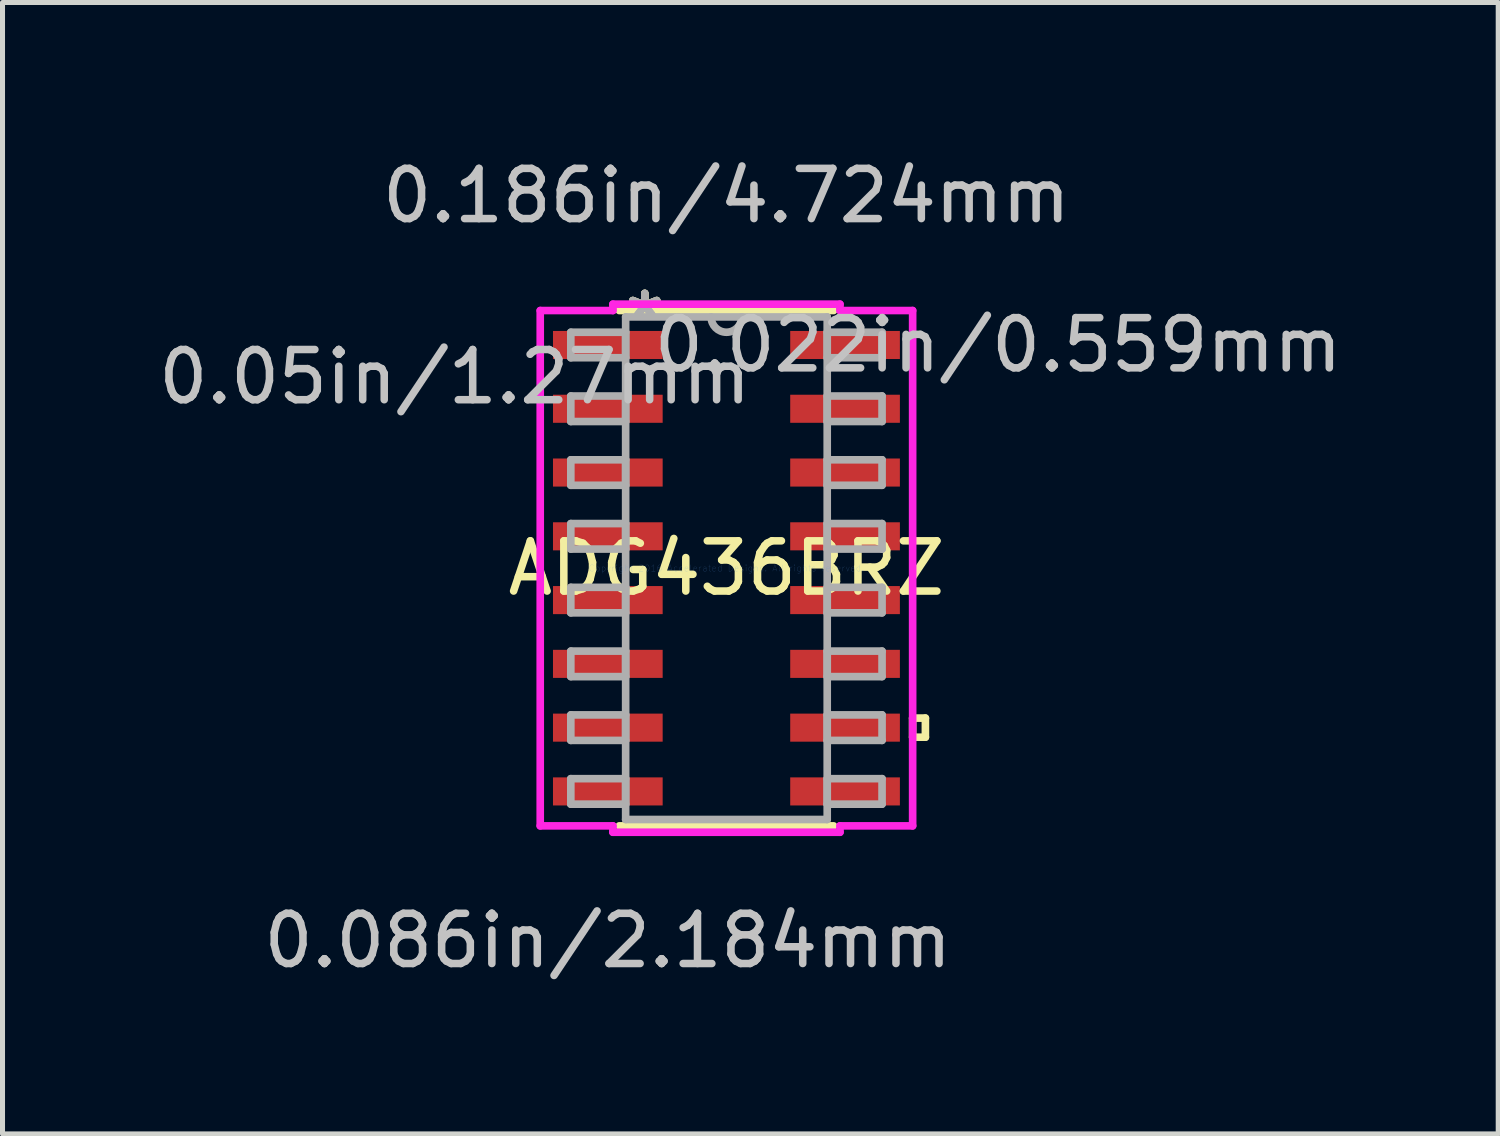
<source format=kicad_pcb>
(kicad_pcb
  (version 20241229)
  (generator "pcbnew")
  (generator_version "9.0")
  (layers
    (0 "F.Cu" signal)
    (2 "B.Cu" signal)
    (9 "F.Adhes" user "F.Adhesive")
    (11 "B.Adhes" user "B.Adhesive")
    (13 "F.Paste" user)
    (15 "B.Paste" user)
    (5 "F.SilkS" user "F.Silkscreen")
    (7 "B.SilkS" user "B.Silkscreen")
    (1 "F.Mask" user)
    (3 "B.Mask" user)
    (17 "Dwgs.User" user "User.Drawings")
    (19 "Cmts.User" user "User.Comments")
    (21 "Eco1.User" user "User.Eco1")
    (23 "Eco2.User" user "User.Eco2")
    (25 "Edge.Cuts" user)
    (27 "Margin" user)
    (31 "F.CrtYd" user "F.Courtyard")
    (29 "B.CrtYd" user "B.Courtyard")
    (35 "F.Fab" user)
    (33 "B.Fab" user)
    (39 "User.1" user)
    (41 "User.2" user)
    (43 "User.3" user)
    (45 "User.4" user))
  (footprint "ADG436BRZ"
    (layer "F.Cu")
    (at 11.416 8.265)
    (property "Reference" "ADG436BRZ" (at 0 0 0) (layer "F.SilkS") (effects (font (size 1 1) (thickness 0.15))))
    (attr through_hole)
    (fp_line (start -2.134 5.131) (end 2.134 5.131) (stroke (width 0.152) (type solid)) (layer "F.SilkS"))
    (fp_line (start 2.134 -5.131) (end -2.134 -5.131) (stroke (width 0.152) (type solid)) (layer "F.SilkS"))
    (fp_line (start 3.708 2.985) (end 3.962 2.985) (stroke (width 0.152) (type solid)) (layer "F.SilkS"))
    (fp_line (start 3.708 3.365) (end 3.708 2.985) (stroke (width 0.152) (type solid)) (layer "F.SilkS"))
    (fp_line (start 3.962 2.985) (end 3.962 3.365) (stroke (width 0.152) (type solid)) (layer "F.SilkS"))
    (fp_line (start 3.962 3.365) (end 3.708 3.365) (stroke (width 0.152) (type solid)) (layer "F.SilkS"))
    (fp_line (start -3.708 -5.131) (end -2.261 -5.131) (stroke (width 0.152) (type solid)) (layer "F.CrtYd"))
    (fp_line (start -3.708 5.131) (end -3.708 -5.131) (stroke (width 0.152) (type solid)) (layer "F.CrtYd"))
    (fp_line (start -2.261 -5.258) (end 2.261 -5.258) (stroke (width 0.152) (type solid)) (layer "F.CrtYd"))
    (fp_line (start -2.261 -5.131) (end -2.261 -5.258) (stroke (width 0.152) (type solid)) (layer "F.CrtYd"))
    (fp_line (start -2.261 5.131) (end -3.708 5.131) (stroke (width 0.152) (type solid)) (layer "F.CrtYd"))
    (fp_line (start -2.261 5.258) (end -2.261 5.131) (stroke (width 0.152) (type solid)) (layer "F.CrtYd"))
    (fp_line (start 2.261 -5.258) (end 2.261 -5.131) (stroke (width 0.152) (type solid)) (layer "F.CrtYd"))
    (fp_line (start 2.261 -5.131) (end 3.708 -5.131) (stroke (width 0.152) (type solid)) (layer "F.CrtYd"))
    (fp_line (start 2.261 5.131) (end 2.261 5.258) (stroke (width 0.152) (type solid)) (layer "F.CrtYd"))
    (fp_line (start 2.261 5.258) (end -2.261 5.258) (stroke (width 0.152) (type solid)) (layer "F.CrtYd"))
    (fp_line (start 3.708 -5.131) (end 3.708 5.131) (stroke (width 0.152) (type solid)) (layer "F.CrtYd"))
    (fp_line (start 3.708 5.131) (end 2.261 5.131) (stroke (width 0.152) (type solid)) (layer "F.CrtYd"))
    (fp_line (start -3.099 -4.699) (end -3.099 -4.191) (stroke (width 0.152) (type solid)) (layer "F.Fab"))
    (fp_line (start -3.099 -4.191) (end -2.007 -4.191) (stroke (width 0.152) (type solid)) (layer "F.Fab"))
    (fp_line (start -3.099 -3.429) (end -3.099 -2.921) (stroke (width 0.152) (type solid)) (layer "F.Fab"))
    (fp_line (start -3.099 -2.921) (end -2.007 -2.921) (stroke (width 0.152) (type solid)) (layer "F.Fab"))
    (fp_line (start -3.099 -2.159) (end -3.099 -1.651) (stroke (width 0.152) (type solid)) (layer "F.Fab"))
    (fp_line (start -3.099 -1.651) (end -2.007 -1.651) (stroke (width 0.152) (type solid)) (layer "F.Fab"))
    (fp_line (start -3.099 -0.889) (end -3.099 -0.381) (stroke (width 0.152) (type solid)) (layer "F.Fab"))
    (fp_line (start -3.099 -0.381) (end -2.007 -0.381) (stroke (width 0.152) (type solid)) (layer "F.Fab"))
    (fp_line (start -3.099 0.381) (end -3.099 0.889) (stroke (width 0.152) (type solid)) (layer "F.Fab"))
    (fp_line (start -3.099 0.889) (end -2.007 0.889) (stroke (width 0.152) (type solid)) (layer "F.Fab"))
    (fp_line (start -3.099 1.651) (end -3.099 2.159) (stroke (width 0.152) (type solid)) (layer "F.Fab"))
    (fp_line (start -3.099 2.159) (end -2.007 2.159) (stroke (width 0.152) (type solid)) (layer "F.Fab"))
    (fp_line (start -3.099 2.921) (end -3.099 3.429) (stroke (width 0.152) (type solid)) (layer "F.Fab"))
    (fp_line (start -3.099 3.429) (end -2.007 3.429) (stroke (width 0.152) (type solid)) (layer "F.Fab"))
    (fp_line (start -3.099 4.191) (end -3.099 4.699) (stroke (width 0.152) (type solid)) (layer "F.Fab"))
    (fp_line (start -3.099 4.699) (end -2.007 4.699) (stroke (width 0.152) (type solid)) (layer "F.Fab"))
    (fp_line (start -2.007 -5.004) (end -2.007 5.004) (stroke (width 0.152) (type solid)) (layer "F.Fab"))
    (fp_line (start -2.007 -4.699) (end -3.099 -4.699) (stroke (width 0.152) (type solid)) (layer "F.Fab"))
    (fp_line (start -2.007 -4.191) (end -2.007 -4.699) (stroke (width 0.152) (type solid)) (layer "F.Fab"))
    (fp_line (start -2.007 -3.429) (end -3.099 -3.429) (stroke (width 0.152) (type solid)) (layer "F.Fab"))
    (fp_line (start -2.007 -2.921) (end -2.007 -3.429) (stroke (width 0.152) (type solid)) (layer "F.Fab"))
    (fp_line (start -2.007 -2.159) (end -3.099 -2.159) (stroke (width 0.152) (type solid)) (layer "F.Fab"))
    (fp_line (start -2.007 -1.651) (end -2.007 -2.159) (stroke (width 0.152) (type solid)) (layer "F.Fab"))
    (fp_line (start -2.007 -0.889) (end -3.099 -0.889) (stroke (width 0.152) (type solid)) (layer "F.Fab"))
    (fp_line (start -2.007 -0.381) (end -2.007 -0.889) (stroke (width 0.152) (type solid)) (layer "F.Fab"))
    (fp_line (start -2.007 0.381) (end -3.099 0.381) (stroke (width 0.152) (type solid)) (layer "F.Fab"))
    (fp_line (start -2.007 0.889) (end -2.007 0.381) (stroke (width 0.152) (type solid)) (layer "F.Fab"))
    (fp_line (start -2.007 1.651) (end -3.099 1.651) (stroke (width 0.152) (type solid)) (layer "F.Fab"))
    (fp_line (start -2.007 2.159) (end -2.007 1.651) (stroke (width 0.152) (type solid)) (layer "F.Fab"))
    (fp_line (start -2.007 2.921) (end -3.099 2.921) (stroke (width 0.152) (type solid)) (layer "F.Fab"))
    (fp_line (start -2.007 3.429) (end -2.007 2.921) (stroke (width 0.152) (type solid)) (layer "F.Fab"))
    (fp_line (start -2.007 4.191) (end -3.099 4.191) (stroke (width 0.152) (type solid)) (layer "F.Fab"))
    (fp_line (start -2.007 4.699) (end -2.007 4.191) (stroke (width 0.152) (type solid)) (layer "F.Fab"))
    (fp_line (start -2.007 5.004) (end 2.007 5.004) (stroke (width 0.152) (type solid)) (layer "F.Fab"))
    (fp_line (start 2.007 -5.004) (end -2.007 -5.004) (stroke (width 0.152) (type solid)) (layer "F.Fab"))
    (fp_line (start 2.007 -4.699) (end 2.007 -4.191) (stroke (width 0.152) (type solid)) (layer "F.Fab"))
    (fp_line (start 2.007 -4.191) (end 3.099 -4.191) (stroke (width 0.152) (type solid)) (layer "F.Fab"))
    (fp_line (start 2.007 -3.429) (end 2.007 -2.921) (stroke (width 0.152) (type solid)) (layer "F.Fab"))
    (fp_line (start 2.007 -2.921) (end 3.099 -2.921) (stroke (width 0.152) (type solid)) (layer "F.Fab"))
    (fp_line (start 2.007 -2.159) (end 2.007 -1.651) (stroke (width 0.152) (type solid)) (layer "F.Fab"))
    (fp_line (start 2.007 -1.651) (end 3.099 -1.651) (stroke (width 0.152) (type solid)) (layer "F.Fab"))
    (fp_line (start 2.007 -0.889) (end 2.007 -0.381) (stroke (width 0.152) (type solid)) (layer "F.Fab"))
    (fp_line (start 2.007 -0.381) (end 3.099 -0.381) (stroke (width 0.152) (type solid)) (layer "F.Fab"))
    (fp_line (start 2.007 0.381) (end 2.007 0.889) (stroke (width 0.152) (type solid)) (layer "F.Fab"))
    (fp_line (start 2.007 0.889) (end 3.099 0.889) (stroke (width 0.152) (type solid)) (layer "F.Fab"))
    (fp_line (start 2.007 1.651) (end 2.007 2.159) (stroke (width 0.152) (type solid)) (layer "F.Fab"))
    (fp_line (start 2.007 2.159) (end 3.099 2.159) (stroke (width 0.152) (type solid)) (layer "F.Fab"))
    (fp_line (start 2.007 2.921) (end 2.007 3.429) (stroke (width 0.152) (type solid)) (layer "F.Fab"))
    (fp_line (start 2.007 3.429) (end 3.099 3.429) (stroke (width 0.152) (type solid)) (layer "F.Fab"))
    (fp_line (start 2.007 4.191) (end 2.007 4.699) (stroke (width 0.152) (type solid)) (layer "F.Fab"))
    (fp_line (start 2.007 4.699) (end 3.099 4.699) (stroke (width 0.152) (type solid)) (layer "F.Fab"))
    (fp_line (start 2.007 5.004) (end 2.007 -5.004) (stroke (width 0.152) (type solid)) (layer "F.Fab"))
    (fp_line (start 3.099 -4.699) (end 2.007 -4.699) (stroke (width 0.152) (type solid)) (layer "F.Fab"))
    (fp_line (start 3.099 -4.191) (end 3.099 -4.699) (stroke (width 0.152) (type solid)) (layer "F.Fab"))
    (fp_line (start 3.099 -3.429) (end 2.007 -3.429) (stroke (width 0.152) (type solid)) (layer "F.Fab"))
    (fp_line (start 3.099 -2.921) (end 3.099 -3.429) (stroke (width 0.152) (type solid)) (layer "F.Fab"))
    (fp_line (start 3.099 -2.159) (end 2.007 -2.159) (stroke (width 0.152) (type solid)) (layer "F.Fab"))
    (fp_line (start 3.099 -1.651) (end 3.099 -2.159) (stroke (width 0.152) (type solid)) (layer "F.Fab"))
    (fp_line (start 3.099 -0.889) (end 2.007 -0.889) (stroke (width 0.152) (type solid)) (layer "F.Fab"))
    (fp_line (start 3.099 -0.381) (end 3.099 -0.889) (stroke (width 0.152) (type solid)) (layer "F.Fab"))
    (fp_line (start 3.099 0.381) (end 2.007 0.381) (stroke (width 0.152) (type solid)) (layer "F.Fab"))
    (fp_line (start 3.099 0.889) (end 3.099 0.381) (stroke (width 0.152) (type solid)) (layer "F.Fab"))
    (fp_line (start 3.099 1.651) (end 2.007 1.651) (stroke (width 0.152) (type solid)) (layer "F.Fab"))
    (fp_line (start 3.099 2.159) (end 3.099 1.651) (stroke (width 0.152) (type solid)) (layer "F.Fab"))
    (fp_line (start 3.099 2.921) (end 2.007 2.921) (stroke (width 0.152) (type solid)) (layer "F.Fab"))
    (fp_line (start 3.099 3.429) (end 3.099 2.921) (stroke (width 0.152) (type solid)) (layer "F.Fab"))
    (fp_line (start 3.099 4.191) (end 2.007 4.191) (stroke (width 0.152) (type solid)) (layer "F.Fab"))
    (fp_line (start 3.099 4.699) (end 3.099 4.191) (stroke (width 0.152) (type solid)) (layer "F.Fab"))
    (fp_arc (start 0.3048 -5.0038) (mid 0 -4.699) (end -0.3048 -5.0038) (stroke (width 0.1524) (type solid)) (layer "F.Fab"))
    (fp_text user "*" (at -1.626 -4.928 0) (layer "F.SilkS") (effects (font (size 1 1) (thickness 0.15))))
    (fp_text user "*" (at -1.626 -4.928 0) (layer "F.SilkS") (effects (font (size 1 1) (thickness 0.15))))
    (fp_text user "0.05in/1.27mm" (at -5.41 -3.81 0) (layer "Dwgs.User") (effects (font (size 1 1) (thickness 0.15))))
    (fp_text user "0.086in/2.184mm" (at -2.362 7.417 0) (layer "Dwgs.User") (effects (font (size 1 1) (thickness 0.15))))
    (fp_text user "0.022in/0.559mm" (at 5.41 -4.445 0) (layer "Dwgs.User") (effects (font (size 1 1) (thickness 0.15))))
    (fp_text user "0.186in/4.724mm" (at 0 -7.417 0) (layer "Dwgs.User") (effects (font (size 1 1) (thickness 0.15))))
    (fp_text user "Copyright 2016 Accelerated Designs. All rights reserved." (at 0 0 0) (layer "Cmts.User") (effects (font (size 0.127 0.127) (thickness 0.002))))
    (fp_text user "*" (at -1.626 -4.928 0) (layer "F.Fab") (effects (font (size 1 1) (thickness 0.15))))
    (fp_text user "*" (at -1.626 -4.928 0) (layer "F.Fab") (effects (font (size 1 1) (thickness 0.15))))
    (pad "1" smd rect (at -2.362 -4.445) (size 2.184 0.559) (layers "F.Cu" "F.Mask" "F.Paste"))
    (pad "2" smd rect (at -2.362 -3.175) (size 2.184 0.559) (layers "F.Cu" "F.Mask" "F.Paste"))
    (pad "3" smd rect (at -2.362 -1.905) (size 2.184 0.559) (layers "F.Cu" "F.Mask" "F.Paste"))
    (pad "4" smd rect (at -2.362 -0.635) (size 2.184 0.559) (layers "F.Cu" "F.Mask" "F.Paste"))
    (pad "5" smd rect (at -2.362 0.635) (size 2.184 0.559) (layers "F.Cu" "F.Mask" "F.Paste"))
    (pad "6" smd rect (at -2.362 1.905) (size 2.184 0.559) (layers "F.Cu" "F.Mask" "F.Paste"))
    (pad "7" smd rect (at -2.362 3.175) (size 2.184 0.559) (layers "F.Cu" "F.Mask" "F.Paste"))
    (pad "8" smd rect (at -2.362 4.445) (size 2.184 0.559) (layers "F.Cu" "F.Mask" "F.Paste"))
    (pad "9" smd rect (at 2.362 4.445) (size 2.184 0.559) (layers "F.Cu" "F.Mask" "F.Paste"))
    (pad "10" smd rect (at 2.362 3.175) (size 2.184 0.559) (layers "F.Cu" "F.Mask" "F.Paste"))
    (pad "11" smd rect (at 2.362 1.905) (size 2.184 0.559) (layers "F.Cu" "F.Mask" "F.Paste"))
    (pad "12" smd rect (at 2.362 0.635) (size 2.184 0.559) (layers "F.Cu" "F.Mask" "F.Paste"))
    (pad "13" smd rect (at 2.362 -0.635) (size 2.184 0.559) (layers "F.Cu" "F.Mask" "F.Paste"))
    (pad "14" smd rect (at 2.362 -1.905) (size 2.184 0.559) (layers "F.Cu" "F.Mask" "F.Paste"))
    (pad "15" smd rect (at 2.362 -3.175) (size 2.184 0.559) (layers "F.Cu" "F.Mask" "F.Paste"))
    (pad "16" smd rect (at 2.362 -4.445) (size 2.184 0.559) (layers "F.Cu" "F.Mask" "F.Paste")))
  (gr_rect
    (start -3 -3)
    (end 26.785 19.53)
    (stroke (width 0.1) (type default))
    (fill no)
    (layer "Edge.Cuts")))
</source>
